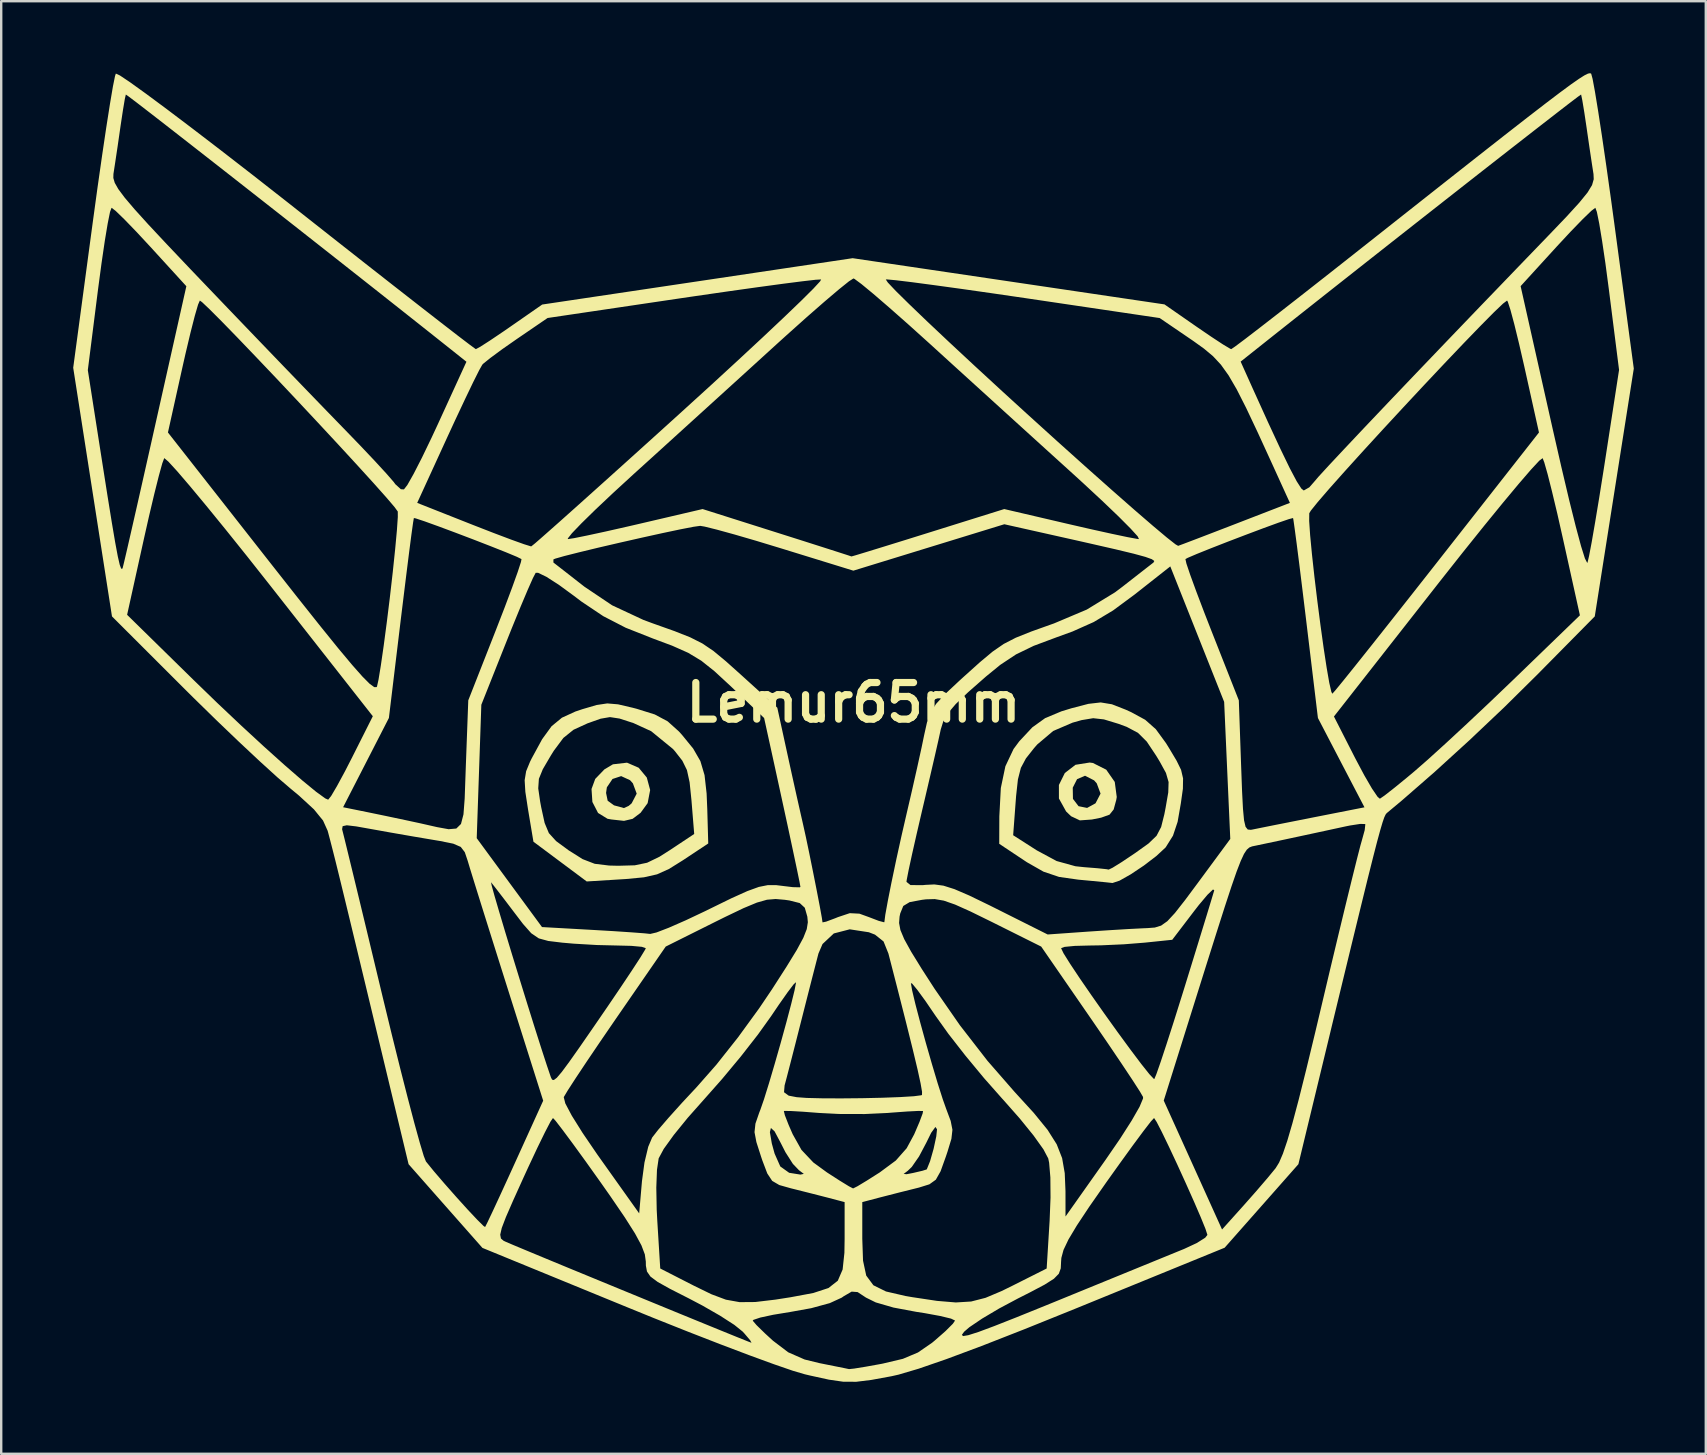
<source format=kicad_pcb>
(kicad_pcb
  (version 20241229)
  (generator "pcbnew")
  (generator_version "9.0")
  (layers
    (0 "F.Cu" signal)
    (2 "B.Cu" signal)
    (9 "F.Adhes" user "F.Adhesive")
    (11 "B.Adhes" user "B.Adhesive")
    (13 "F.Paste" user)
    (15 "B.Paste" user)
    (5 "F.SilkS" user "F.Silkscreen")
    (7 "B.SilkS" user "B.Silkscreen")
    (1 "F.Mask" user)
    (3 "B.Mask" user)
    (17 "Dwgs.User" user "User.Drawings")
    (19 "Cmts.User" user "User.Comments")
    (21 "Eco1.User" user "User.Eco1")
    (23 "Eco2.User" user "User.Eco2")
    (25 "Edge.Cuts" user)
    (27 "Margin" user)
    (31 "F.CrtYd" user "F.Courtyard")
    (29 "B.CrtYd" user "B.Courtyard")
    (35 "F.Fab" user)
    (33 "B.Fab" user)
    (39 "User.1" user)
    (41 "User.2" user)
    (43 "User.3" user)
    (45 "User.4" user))
  (footprint "Lemur65mm"
    (layer "F.Cu")
    (at 32.508 26.221)
    (property "Reference" "Lemur65mm" (at 0 0 0) (layer "F.SilkS") (effects (font (size 1.524 1.524) (thickness 0.3))))
    (attr through_hole)
    (fp_poly (pts (xy 9.977 2.518) (xy 10.532 2.797) (xy 10.887 3.307) (xy 10.97 3.935) (xy 10.949 4.059) (xy 10.841 4.455) (xy 10.669 4.671) (xy 10.32 4.796) (xy 9.935 4.873) (xy 9.433 4.909) (xy 9.067 4.736) (xy 8.86 4.537) (xy 8.561 3.998) (xy 8.56 3.546) (xy 9.137 3.546) (xy 9.145 4.013) (xy 9.378 4.318) (xy 9.735 4.39) (xy 10.086 4.197) (xy 10.295 3.793) (xy 10.136 3.366) (xy 10.026 3.242) (xy 9.649 3.049) (xy 9.317 3.192) (xy 9.137 3.546) (xy 8.56 3.546) (xy 8.56 3.434) (xy 8.807 2.935) (xy 9.251 2.593) (xy 9.842 2.499)) (stroke (width 0) (type solid)) (fill yes) (layer "F.SilkS"))
    (fp_poly (pts (xy -8.948 2.716) (xy -8.61 3.124) (xy -8.47 3.644) (xy -8.575 4.191) (xy -8.869 4.594) (xy -9.201 4.845) (xy -9.559 4.929) (xy -10.087 4.871) (xy -10.247 4.842) (xy -10.641 4.6) (xy -10.877 4.142) (xy -10.902 3.766) (xy -10.307 3.766) (xy -10.24 4.091) (xy -9.975 4.283) (xy -9.562 4.396) (xy -9.362 4.303) (xy -9.24 4.197) (xy -9.031 3.795) (xy -9.189 3.368) (xy -9.308 3.235) (xy -9.678 3.065) (xy -10.039 3.184) (xy -10.274 3.532) (xy -10.307 3.766) (xy -10.902 3.766) (xy -10.913 3.602) (xy -10.759 3.182) (xy -10.378 2.786) (xy -10.021 2.573) (xy -9.434 2.505)) (stroke (width 0) (type solid)) (fill yes) (layer "F.SilkS"))
    (fp_poly (pts (xy -9.808 0.074) (xy -9.195 0.217) (xy -9.028 0.261) (xy -8.277 0.496) (xy -7.742 0.782) (xy -7.272 1.204) (xy -7.142 1.348) (xy -6.678 1.917) (xy -6.378 2.438) (xy -6.204 3.024) (xy -6.118 3.787) (xy -6.09 4.454) (xy -6.05 5.871) (xy -7.104 6.57) (xy -7.689 6.935) (xy -8.182 7.157) (xy -8.729 7.281) (xy -9.472 7.352) (xy -9.635 7.362) (xy -11.113 7.454) (xy -12.223 6.626) (xy -13.333 5.798) (xy -13.56 4.44) (xy -13.67 3.72) (xy -13.679 3.576) (xy -13.133 3.576) (xy -13.053 4.128) (xy -13.008 4.37) (xy -12.866 5.018) (xy -12.69 5.44) (xy -12.391 5.77) (xy -11.883 6.145) (xy -11.871 6.154) (xy -11.283 6.524) (xy -10.78 6.718) (xy -10.179 6.791) (xy -9.798 6.8) (xy -9.11 6.781) (xy -8.597 6.674) (xy -8.087 6.427) (xy -7.64 6.143) (xy -6.635 5.475) (xy -6.749 4.072) (xy -6.826 3.323) (xy -6.937 2.815) (xy -7.129 2.423) (xy -7.445 2.019) (xy -7.522 1.933) (xy -8.428 1.193) (xy -9.166 0.855) (xy -9.744 0.667) (xy -10.145 0.606) (xy -10.535 0.673) (xy -11.079 0.866) (xy -11.662 1.133) (xy -12.086 1.474) (xy -12.482 2.005) (xy -12.616 2.22) (xy -12.943 2.778) (xy -13.106 3.178) (xy -13.133 3.576) (xy -13.679 3.576) (xy -13.699 3.235) (xy -13.637 2.86) (xy -13.476 2.469) (xy -13.404 2.323) (xy -12.969 1.524) (xy -12.578 0.987) (xy -12.146 0.631) (xy -11.588 0.375) (xy -11.29 0.275) (xy -10.699 0.102) (xy -10.257 0.036)) (stroke (width 0) (type solid)) (fill yes) (layer "F.SilkS"))
    (fp_poly (pts (xy 10.769 0.072) (xy 11.341 0.296) (xy 11.573 0.401) (xy 12.155 0.718) (xy 12.598 1.11) (xy 13.024 1.694) (xy 13.171 1.933) (xy 13.466 2.428) (xy 13.65 2.804) (xy 13.733 3.158) (xy 13.726 3.591) (xy 13.64 4.2) (xy 13.506 4.97) (xy 13.313 5.546) (xy 13.007 6.035) (xy 13.004 6.038) (xy 12.615 6.398) (xy 12.099 6.792) (xy 11.556 7.155) (xy 11.088 7.42) (xy 10.793 7.518) (xy 10.782 7.517) (xy 10.506 7.487) (xy 9.982 7.436) (xy 9.37 7.379) (xy 8.567 7.265) (xy 7.918 7.046) (xy 7.228 6.653) (xy 7.115 6.578) (xy 6.074 5.886) (xy 6.075 5.528) (xy 6.654 5.528) (xy 7.64 6.159) (xy 8.465 6.603) (xy 9.249 6.82) (xy 9.605 6.858) (xy 10.16 6.902) (xy 10.537 6.942) (xy 10.634 6.96) (xy 10.798 6.881) (xy 11.183 6.642) (xy 11.705 6.292) (xy 11.735 6.272) (xy 12.294 5.872) (xy 12.628 5.551) (xy 12.82 5.184) (xy 12.954 4.65) (xy 13.005 4.386) (xy 13.116 3.745) (xy 13.13 3.312) (xy 13.02 2.932) (xy 12.757 2.453) (xy 12.614 2.217) (xy 12.221 1.627) (xy 11.854 1.262) (xy 11.383 1.012) (xy 11.038 0.885) (xy 10.436 0.702) (xy 9.988 0.652) (xy 9.508 0.731) (xy 9.131 0.837) (xy 8.322 1.184) (xy 7.659 1.745) (xy 7.529 1.893) (xy 7.185 2.329) (xy 6.975 2.722) (xy 6.853 3.199) (xy 6.777 3.888) (xy 6.761 4.099) (xy 6.654 5.528) (xy 6.075 5.528) (xy 6.078 4.738) (xy 6.14 3.561) (xy 6.33 2.655) (xy 6.67 1.936) (xy 6.908 1.615) (xy 7.451 1.034) (xy 7.985 0.65) (xy 8.661 0.367) (xy 9.079 0.239) (xy 9.789 0.054) (xy 10.302 -0.005)) (stroke (width 0) (type solid)) (fill yes) (layer "F.SilkS"))
    (fp_poly (pts (xy 30.737 -26.2) (xy 30.795 -25.986) (xy 30.894 -25.451) (xy 31.027 -24.639) (xy 31.187 -23.593) (xy 31.367 -22.358) (xy 31.561 -20.977) (xy 31.697 -19.98) (xy 32.512 -13.915) (xy 31.699 -8.752) (xy 30.886 -3.589) (xy 28.465 -1.138) (xy 27.116 0.195) (xy 25.667 1.567) (xy 24.215 2.89) (xy 22.858 4.073) (xy 22.216 4.609) (xy 22.171 4.666) (xy 22.115 4.785) (xy 22.043 4.996) (xy 21.945 5.328) (xy 21.814 5.809) (xy 21.644 6.469) (xy 21.426 7.338) (xy 21.154 8.444) (xy 20.819 9.815) (xy 20.414 11.483) (xy 19.931 13.474) (xy 19.852 13.804) (xy 18.538 19.234) (xy 15.465 22.714) (xy 9.251 25.251) (xy 7.129 26.107) (xy 5.336 26.809) (xy 3.867 27.357) (xy 2.717 27.754) (xy 1.881 28.001) (xy 1.59 28.067) (xy 0.744 28.222) (xy 0.118 28.299) (xy -0.425 28.297) (xy -1.021 28.211) (xy -1.806 28.039) (xy -2.025 27.987) (xy -2.524 27.84) (xy -3.311 27.569) (xy -4.337 27.194) (xy -5.551 26.734) (xy -6.901 26.209) (xy -8.337 25.637) (xy -9.432 25.191) (xy -15.458 22.721) (xy -15.944 22.171) (xy -14.717 22.171) (xy -14.687 22.33) (xy -14.577 22.424) (xy -14.481 22.469) (xy -14.184 22.596) (xy -13.617 22.833) (xy -12.832 23.159) (xy -11.88 23.553) (xy -10.811 23.993) (xy -9.679 24.459) (xy -8.533 24.93) (xy -7.425 25.385) (xy -6.406 25.802) (xy -5.527 26.161) (xy -4.841 26.44) (xy -4.397 26.618) (xy -4.247 26.675) (xy -4.305 26.567) (xy -4.546 26.284) (xy -4.615 26.209) (xy -4.965 25.927) (xy -5.234 25.754) (xy -4.196 25.754) (xy -4.039 25.938) (xy -3.689 26.28) (xy -3.353 26.588) (xy -2.717 27.071) (xy -2.034 27.371) (xy -1.421 27.521) (xy -0.813 27.643) (xy -0.364 27.733) (xy -0.184 27.771) (xy 0.029 27.749) (xy 0.505 27.672) (xy 1.146 27.556) (xy 1.223 27.541) (xy 2.059 27.343) (xy 2.687 27.079) (xy 3.271 26.677) (xy 3.386 26.582) (xy 3.659 26.343) (xy 4.518 26.343) (xy 4.566 26.395) (xy 4.786 26.358) (xy 5.21 26.223) (xy 5.869 25.977) (xy 6.795 25.612) (xy 8.019 25.117) (xy 8.478 24.93) (xy 9.719 24.422) (xy 10.901 23.939) (xy 11.965 23.504) (xy 12.851 23.142) (xy 13.499 22.877) (xy 13.777 22.764) (xy 14.305 22.518) (xy 14.656 22.297) (xy 14.747 22.179) (xy 14.668 21.933) (xy 14.47 21.445) (xy 14.186 20.787) (xy 13.849 20.031) (xy 13.492 19.248) (xy 13.148 18.513) (xy 12.85 17.896) (xy 12.631 17.471) (xy 12.525 17.31) (xy 12.524 17.31) (xy 12.39 17.456) (xy 12.082 17.855) (xy 11.634 18.459) (xy 11.083 19.221) (xy 10.537 19.986) (xy 9.823 21.009) (xy 9.306 21.789) (xy 8.958 22.371) (xy 8.752 22.805) (xy 8.662 23.138) (xy 8.651 23.289) (xy 8.637 23.575) (xy 8.556 23.798) (xy 8.351 24.007) (xy 7.965 24.252) (xy 7.338 24.583) (xy 6.856 24.827) (xy 6.068 25.247) (xy 5.362 25.666) (xy 4.831 26.025) (xy 4.613 26.212) (xy 4.518 26.343) (xy 3.659 26.343) (xy 3.836 26.187) (xy 4.143 25.88) (xy 4.233 25.748) (xy 4.065 25.667) (xy 3.613 25.558) (xy 2.961 25.438) (xy 2.623 25.386) (xy 1.668 25.207) (xy 0.928 24.992) (xy 0.521 24.791) (xy 0.174 24.562) (xy -0.075 24.543) (xy -0.407 24.736) (xy -0.491 24.795) (xy -0.987 25.022) (xy -1.76 25.233) (xy -2.631 25.39) (xy -3.341 25.507) (xy -3.88 25.623) (xy -4.169 25.72) (xy -4.196 25.754) (xy -5.234 25.754) (xy -5.556 25.546) (xy -6.295 25.122) (xy -6.856 24.827) (xy -7.644 24.426) (xy -8.159 24.138) (xy -8.459 23.914) (xy -8.603 23.705) (xy -8.648 23.461) (xy -8.651 23.289) (xy -8.692 22.99) (xy -8.834 22.615) (xy -9.103 22.117) (xy -9.528 21.447) (xy -10.135 20.558) (xy -10.537 19.986) (xy -11.15 19.126) (xy -11.691 18.381) (xy -12.124 17.798) (xy -12.412 17.425) (xy -12.519 17.31) (xy -12.625 17.465) (xy -12.851 17.899) (xy -13.17 18.552) (xy -13.552 19.367) (xy -13.749 19.796) (xy -14.184 20.758) (xy -14.48 21.438) (xy -14.653 21.891) (xy -14.717 22.171) (xy -15.944 22.171) (xy -16.997 20.978) (xy -18.535 19.234) (xy -19.862 13.712) (xy -20.31 11.846) (xy -20.682 10.302) (xy -20.986 9.042) (xy -21.231 8.03) (xy -21.426 7.231) (xy -21.58 6.606) (xy -21.703 6.12) (xy -21.802 5.736) (xy -21.886 5.418) (xy -21.908 5.338) (xy -21.936 5.277) (xy -21.305 5.277) (xy -21.27 5.416) (xy -21.204 5.678) (xy -21.063 6.256) (xy -20.856 7.106) (xy -20.595 8.185) (xy -20.29 9.45) (xy -19.952 10.859) (xy -19.604 12.31) (xy -19.239 13.813) (xy -18.892 15.21) (xy -18.574 16.458) (xy -18.296 17.516) (xy -18.068 18.34) (xy -17.903 18.89) (xy -17.812 19.12) (xy -17.477 19.532) (xy -17.034 20.048) (xy -16.546 20.601) (xy -16.073 21.124) (xy -15.675 21.547) (xy -15.415 21.805) (xy -15.347 21.851) (xy -15.256 21.672) (xy -15.04 21.217) (xy -14.728 20.544) (xy -14.346 19.711) (xy -14.109 19.191) (xy -12.927 16.588) (xy -12.973 16.443) (xy -12.07 16.443) (xy -12.005 16.701) (xy -11.736 17.21) (xy -11.285 17.931) (xy -10.673 18.828) (xy -10.551 19) (xy -8.927 21.283) (xy -8.835 20.212) (xy -8.214 20.212) (xy -8.197 21.132) (xy -8.173 21.591) (xy -8.05 23.579) (xy -6.648 24.296) (xy -5.914 24.654) (xy -5.315 24.878) (xy -4.744 24.981) (xy -4.093 24.976) (xy -3.253 24.876) (xy -2.619 24.777) (xy -1.676 24.601) (xy -1.041 24.393) (xy -0.652 24.088) (xy -0.451 23.621) (xy -0.377 22.927) (xy -0.368 22.342) (xy -0.368 20.813) (xy 0.368 20.813) (xy 0.368 22.342) (xy 0.399 23.252) (xy 0.532 23.874) (xy 0.831 24.278) (xy 1.356 24.537) (xy 2.169 24.725) (xy 2.448 24.773) (xy 3.483 24.929) (xy 4.266 24.994) (xy 4.903 24.955) (xy 5.503 24.801) (xy 6.172 24.519) (xy 6.606 24.306) (xy 8.05 23.58) (xy 8.173 21.591) (xy 8.211 20.622) (xy 8.204 19.785) (xy 8.153 19.175) (xy 8.116 18.995) (xy 7.916 18.616) (xy 7.504 18.039) (xy 6.926 17.326) (xy 6.231 16.539) (xy 6.204 16.511) (xy 5.443 15.65) (xy 4.663 14.708) (xy 3.956 13.802) (xy 3.433 13.07) (xy 3.004 12.441) (xy 2.661 11.97) (xy 2.446 11.711) (xy 2.393 11.689) (xy 2.444 11.989) (xy 2.579 12.557) (xy 2.777 13.311) (xy 3.013 14.168) (xy 3.265 15.045) (xy 3.508 15.859) (xy 3.721 16.527) (xy 3.862 16.924) (xy 4.051 17.431) (xy 4.124 17.8) (xy 4.081 18.177) (xy 3.919 18.711) (xy 3.847 18.926) (xy 3.63 19.529) (xy 3.433 19.879) (xy 3.164 20.072) (xy 2.732 20.207) (xy 2.612 20.237) (xy 1.915 20.411) (xy 1.23 20.587) (xy 1.058 20.631) (xy 0.368 20.813) (xy -0.368 20.813) (xy -1.058 20.631) (xy -1.685 20.47) (xy -2.407 20.288) (xy -2.612 20.237) (xy -3.09 20.102) (xy -3.386 19.929) (xy -3.59 19.62) (xy -3.796 19.077) (xy -3.847 18.926) (xy -4.044 18.312) (xy -4.122 17.9) (xy -4.122 17.899) (xy -3.482 17.899) (xy -3.402 18.367) (xy -3.286 18.79) (xy -3.048 19.328) (xy -2.679 19.592) (xy -2.209 19.667) (xy -2.068 19.637) (xy -2.259 19.493) (xy -2.265 19.49) (xy -2.523 19.221) (xy -2.834 18.734) (xy -3.032 18.345) (xy -3.285 17.867) (xy -3.439 17.725) (xy -3.482 17.899) (xy -4.122 17.899) (xy -4.084 17.544) (xy -3.93 17.097) (xy -3.9 17.019) (xy -2.9 17.019) (xy -2.858 17.193) (xy -2.699 17.601) (xy -2.532 17.984) (xy -2.165 18.639) (xy -1.671 19.162) (xy -1.104 19.576) (xy -0.578 19.915) (xy -0.185 20.156) (xy -0.015 20.244) (xy 0.167 20.153) (xy 0.568 19.911) (xy 0.996 19.639) (xy 2.091 19.639) (xy 2.214 19.651) (xy 2.484 19.599) (xy 2.876 19.507) (xy 3.055 19.45) (xy 3.055 19.449) (xy 3.192 19.109) (xy 3.34 18.59) (xy 3.451 18.075) (xy 3.482 17.78) (xy 3.415 17.682) (xy 3.239 17.925) (xy 3.032 18.345) (xy 2.733 18.911) (xy 2.429 19.349) (xy 2.265 19.507) (xy 2.091 19.639) (xy 0.996 19.639) (xy 1.09 19.58) (xy 1.766 19.08) (xy 2.217 18.569) (xy 2.532 17.986) (xy 2.752 17.471) (xy 2.883 17.118) (xy 2.9 17.019) (xy 2.708 17.014) (xy 2.241 17.038) (xy 1.592 17.085) (xy 1.426 17.099) (xy 0.465 17.144) (xy -0.607 17.141) (xy -1.426 17.099) (xy -2.105 17.047) (xy -2.622 17.017) (xy -2.885 17.015) (xy -2.9 17.019) (xy -3.9 17.019) (xy -3.879 16.967) (xy -3.727 16.529) (xy -3.636 16.235) (xy -2.893 16.235) (xy -2.698 16.378) (xy -2.365 16.442) (xy -1.948 16.473) (xy -1.301 16.489) (xy -0.506 16.492) (xy 0.356 16.484) (xy 1.203 16.465) (xy 1.951 16.437) (xy 2.52 16.402) (xy 2.826 16.362) (xy 2.855 16.349) (xy 2.858 16.217) (xy 2.798 15.871) (xy 2.671 15.287) (xy 2.468 14.439) (xy 2.186 13.305) (xy 1.818 11.859) (xy 1.457 10.458) (xy 1.254 9.954) (xy 0.898 9.67) (xy 0.641 9.57) (xy -0.155 9.448) (xy -0.818 9.62) (xy -1.289 10.061) (xy -1.459 10.458) (xy -1.574 10.904) (xy -1.755 11.607) (xy -1.975 12.47) (xy -2.197 13.344) (xy -2.423 14.233) (xy -2.625 15.02) (xy -2.781 15.622) (xy -2.869 15.953) (xy -2.869 15.954) (xy -2.893 16.235) (xy -3.636 16.235) (xy -3.52 15.864) (xy -3.281 15.054) (xy -3.031 14.179) (xy -2.795 13.322) (xy -2.595 12.563) (xy -2.453 11.985) (xy -2.393 11.668) (xy -2.393 11.653) (xy -2.486 11.733) (xy -2.739 12.065) (xy -3.109 12.591) (xy -3.433 13.07) (xy -3.979 13.832) (xy -4.689 14.742) (xy -5.471 15.682) (xy -6.204 16.511) (xy -6.903 17.299) (xy -7.485 18.015) (xy -7.905 18.598) (xy -8.113 18.986) (xy -8.116 18.995) (xy -8.186 19.468) (xy -8.214 20.212) (xy -8.835 20.212) (xy -8.811 19.938) (xy -8.707 19.163) (xy -8.55 18.507) (xy -8.388 18.125) (xy -8.143 17.809) (xy -7.704 17.3) (xy -7.136 16.669) (xy -6.53 16.019) (xy -5.712 15.089) (xy -4.813 13.954) (xy -3.926 12.735) (xy -3.394 11.947) (xy -2.788 11.004) (xy -2.362 10.309) (xy -2.09 9.805) (xy -1.945 9.439) (xy -1.905 9.184) (xy 1.901 9.184) (xy 1.956 9.477) (xy 2.115 9.857) (xy 2.404 10.381) (xy 2.85 11.104) (xy 3.382 11.928) (xy 4.435 13.445) (xy 5.585 14.927) (xy 6.708 16.215) (xy 7.513 17.096) (xy 8.087 17.801) (xy 8.468 18.404) (xy 8.694 18.981) (xy 8.803 19.607) (xy 8.834 20.356) (xy 8.834 20.416) (xy 8.835 21.413) (xy 10.501 19.056) (xy 11.11 18.17) (xy 11.592 17.416) (xy 11.92 16.843) (xy 12.029 16.583) (xy 12.928 16.583) (xy 14.143 19.268) (xy 15.357 21.954) (xy 16.248 20.962) (xy 16.771 20.37) (xy 17.261 19.799) (xy 17.59 19.399) (xy 17.734 19.165) (xy 17.892 18.797) (xy 18.075 18.26) (xy 18.291 17.52) (xy 18.551 16.543) (xy 18.863 15.296) (xy 19.238 13.745) (xy 19.512 12.589) (xy 19.864 11.101) (xy 20.198 9.705) (xy 20.502 8.446) (xy 20.765 7.372) (xy 20.975 6.528) (xy 21.121 5.96) (xy 21.184 5.738) (xy 21.301 5.314) (xy 21.326 5.074) (xy 21.32 5.062) (xy 21.117 5.056) (xy 20.69 5.122) (xy 20.521 5.156) (xy 19.695 5.335) (xy 18.799 5.528) (xy 17.94 5.712) (xy 17.222 5.864) (xy 16.753 5.963) (xy 16.737 5.966) (xy 16.608 5.993) (xy 16.496 6.037) (xy 16.388 6.13) (xy 16.272 6.306) (xy 16.136 6.599) (xy 15.965 7.04) (xy 15.749 7.663) (xy 15.473 8.502) (xy 15.126 9.589) (xy 14.694 10.957) (xy 14.166 12.639) (xy 14.101 12.847) (xy 12.928 16.583) (xy 12.029 16.583) (xy 12.065 16.496) (xy 12.066 16.433) (xy 11.934 16.205) (xy 11.625 15.726) (xy 11.173 15.046) (xy 10.613 14.217) (xy 9.978 13.29) (xy 9.893 13.167) (xy 7.868 10.233) (xy 8.651 10.233) (xy 8.75 10.442) (xy 9.022 10.877) (xy 9.424 11.482) (xy 9.918 12.199) (xy 10.462 12.972) (xy 11.015 13.743) (xy 11.538 14.456) (xy 11.989 15.055) (xy 12.328 15.481) (xy 12.515 15.679) (xy 12.536 15.684) (xy 12.623 15.476) (xy 12.8 14.97) (xy 13.048 14.22) (xy 13.35 13.28) (xy 13.688 12.203) (xy 13.791 11.872) (xy 14.138 10.748) (xy 14.452 9.727) (xy 14.716 8.867) (xy 14.911 8.226) (xy 15.02 7.864) (xy 15.032 7.822) (xy 14.981 7.787) (xy 14.754 8.004) (xy 14.395 8.43) (xy 14.209 8.669) (xy 13.282 9.884) (xy 12.136 10.003) (xy 11.268 10.072) (xy 10.313 10.115) (xy 9.82 10.123) (xy 9.219 10.139) (xy 8.796 10.18) (xy 8.651 10.233) (xy 7.868 10.233) (xy 7.822 10.167) (xy 5.756 9.136) (xy 4.871 8.702) (xy 4.233 8.416) (xy 3.765 8.253) (xy 3.388 8.188) (xy 3.026 8.198) (xy 2.861 8.218) (xy 2.341 8.315) (xy 2.076 8.475) (xy 1.95 8.784) (xy 1.921 8.922) (xy 1.901 9.184) (xy -1.905 9.184) (xy -1.9 9.153) (xy -1.921 8.922) (xy -2.027 8.55) (xy -2.238 8.354) (xy -2.667 8.246) (xy -2.861 8.218) (xy -3.24 8.185) (xy -3.602 8.215) (xy -4.022 8.334) (xy -4.58 8.566) (xy -5.353 8.936) (xy -5.756 9.136) (xy -7.822 10.167) (xy -9.893 13.167) (xy -10.536 14.105) (xy -11.108 14.95) (xy -11.576 15.654) (xy -11.906 16.164) (xy -12.064 16.429) (xy -12.07 16.443) (xy -12.973 16.443) (xy -14.403 11.929) (xy -14.808 10.647) (xy -15.185 9.449) (xy -15.518 8.388) (xy -15.789 7.519) (xy -15.799 7.487) (xy -15.099 7.487) (xy -15.074 7.621) (xy -14.956 8.048) (xy -14.762 8.711) (xy -14.511 9.553) (xy -14.219 10.514) (xy -13.904 11.539) (xy -13.585 12.569) (xy -13.279 13.547) (xy -13.003 14.414) (xy -12.775 15.114) (xy -12.614 15.589) (xy -12.602 15.621) (xy -12.556 15.712) (xy -12.484 15.728) (xy -12.359 15.633) (xy -12.155 15.394) (xy -11.845 14.976) (xy -11.401 14.347) (xy -10.796 13.472) (xy -10.247 12.672) (xy -9.696 11.86) (xy -9.227 11.157) (xy -8.876 10.618) (xy -8.68 10.296) (xy -8.651 10.233) (xy -8.818 10.177) (xy -9.256 10.137) (xy -9.82 10.123) (xy -10.695 10.102) (xy -11.646 10.046) (xy -12.131 10.004) (xy -12.716 9.933) (xy -13.11 9.825) (xy -13.425 9.611) (xy -13.767 9.224) (xy -14.12 8.761) (xy -14.544 8.203) (xy -14.888 7.755) (xy -15.086 7.503) (xy -15.099 7.487) (xy -15.799 7.487) (xy -15.981 6.898) (xy -16.071 6.597) (xy -16.193 6.235) (xy -16.361 6.015) (xy -16.672 5.88) (xy -17.22 5.769) (xy -17.473 5.727) (xy -17.921 5.651) (xy -15.696 5.651) (xy -14.336 7.503) (xy -12.976 9.354) (xy -10.859 9.473) (xy -9.992 9.524) (xy -9.245 9.574) (xy -8.705 9.615) (xy -8.467 9.64) (xy -8.206 9.579) (xy -7.689 9.38) (xy -6.985 9.071) (xy -6.164 8.683) (xy -5.998 8.601) (xy -5.084 8.154) (xy -4.423 7.856) (xy -3.941 7.681) (xy -3.565 7.606) (xy -3.221 7.607) (xy -3.007 7.633) (xy -2.526 7.691) (xy -2.242 7.698) (xy -2.209 7.683) (xy -2.247 7.472) (xy -2.356 6.943) (xy -2.526 6.14) (xy -2.748 5.103) (xy -3.015 3.875) (xy -3.315 2.499) (xy -3.318 2.485) (xy -3.722 0.644) (xy -5.113 -0.68) (xy -5.788 -1.303) (xy -6.338 -1.742) (xy -6.886 -2.072) (xy -7.553 -2.369) (xy -8.357 -2.669) (xy -9.489 -3.117) (xy -10.423 -3.599) (xy -11.328 -4.205) (xy -11.653 -4.451) (xy -12.275 -4.906) (xy -12.793 -5.239) (xy -13.139 -5.406) (xy -13.239 -5.406) (xy -13.354 -5.187) (xy -13.575 -4.688) (xy -13.877 -3.972) (xy -14.233 -3.102) (xy -14.443 -2.577) (xy -15.504 0.092) (xy -15.6 2.872) (xy -15.696 5.651) (xy -17.921 5.651) (xy -18.318 5.584) (xy -19.289 5.415) (xy -20.029 5.282) (xy -20.715 5.16) (xy -21.109 5.113) (xy -21.282 5.15) (xy -21.305 5.277) (xy -21.936 5.277) (xy -22.099 4.916) (xy -22.477 4.451) (xy -22.575 4.361) (xy -21.263 4.361) (xy -20.248 4.567) (xy -19.488 4.724) (xy -18.604 4.911) (xy -18.038 5.033) (xy -17.352 5.189) (xy -16.867 5.277) (xy -16.546 5.249) (xy -16.352 5.059) (xy -16.248 4.659) (xy -16.198 4.004) (xy -16.164 3.046) (xy -16.149 2.623) (xy -16.048 -0.092) (xy -14.905 -3.001) (xy -14.533 -3.961) (xy -14.22 -4.795) (xy -13.986 -5.447) (xy -13.852 -5.859) (xy -13.833 -5.964) (xy -12.501 -5.964) (xy -12.501 -5.834) (xy -12.33 -5.702) (xy -11.942 -5.4) (xy -11.41 -4.984) (xy -11.206 -4.825) (xy -10.053 -4.051) (xy -8.753 -3.444) (xy -8.353 -3.296) (xy -7.454 -2.976) (xy -6.802 -2.718) (xy -6.295 -2.462) (xy -5.831 -2.148) (xy -5.311 -1.717) (xy -4.633 -1.109) (xy -4.578 -1.059) (xy -3.173 0.214) (xy -2.765 2.086) (xy -2.56 3.022) (xy -2.351 3.963) (xy -2.17 4.764) (xy -2.102 5.062) (xy -1.987 5.581) (xy -1.842 6.273) (xy -1.685 7.048) (xy -1.533 7.815) (xy -1.404 8.484) (xy -1.317 8.964) (xy -1.289 9.159) (xy -1.139 9.128) (xy -0.767 8.989) (xy -0.644 8.939) (xy -0.153 8.775) (xy 0.25 8.796) (xy 0.644 8.939) (xy 1.055 9.096) (xy 1.276 9.154) (xy 1.288 9.147) (xy 1.327 8.841) (xy 1.434 8.253) (xy 1.589 7.471) (xy 2.209 7.471) (xy 2.376 7.604) (xy 2.882 7.608) (xy 3 7.596) (xy 3.372 7.578) (xy 3.75 7.629) (xy 4.208 7.774) (xy 4.822 8.038) (xy 5.664 8.446) (xy 5.942 8.585) (xy 8.092 9.663) (xy 9.798 9.542) (xy 10.654 9.485) (xy 11.46 9.436) (xy 12.084 9.404) (xy 12.24 9.398) (xy 12.556 9.374) (xy 12.817 9.294) (xy 13.078 9.109) (xy 13.395 8.767) (xy 13.823 8.221) (xy 14.338 7.528) (xy 15.7 5.682) (xy 15.572 2.827) (xy 15.445 -0.028) (xy 14.323 -2.85) (xy 13.201 -5.672) (xy 11.709 -4.497) (xy 10.816 -3.837) (xy 10.011 -3.355) (xy 9.126 -2.96) (xy 8.467 -2.721) (xy 7.51 -2.363) (xy 6.773 -2.006) (xy 6.117 -1.571) (xy 5.522 -1.085) (xy 4.774 -0.427) (xy 4.262 0.062) (xy 3.935 0.444) (xy 3.744 0.778) (xy 3.635 1.128) (xy 3.621 1.196) (xy 3.54 1.567) (xy 3.392 2.217) (xy 3.195 3.068) (xy 2.968 4.041) (xy 2.859 4.502) (xy 2.634 5.471) (xy 2.442 6.319) (xy 2.299 6.979) (xy 2.22 7.384) (xy 2.209 7.471) (xy 1.589 7.471) (xy 1.592 7.46) (xy 1.785 6.538) (xy 1.999 5.566) (xy 2.2 4.693) (xy 2.429 3.707) (xy 2.651 2.726) (xy 2.838 1.875) (xy 2.947 1.35) (xy 3.065 0.821) (xy 3.211 0.418) (xy 3.444 0.054) (xy 3.823 -0.357) (xy 4.406 -0.903) (xy 4.577 -1.059) (xy 5.27 -1.682) (xy 5.798 -2.123) (xy 6.262 -2.443) (xy 6.763 -2.701) (xy 7.402 -2.957) (xy 8.281 -3.271) (xy 8.353 -3.296) (xy 9.722 -3.874) (xy 10.898 -4.593) (xy 11.206 -4.825) (xy 11.771 -5.266) (xy 12.217 -5.614) (xy 12.471 -5.811) (xy 12.501 -5.834) (xy 12.534 -5.897) (xy 12.435 -5.971) (xy 12.419 -5.977) (xy 13.831 -5.977) (xy 13.872 -5.793) (xy 14.03 -5.323) (xy 14.284 -4.627) (xy 14.613 -3.76) (xy 14.909 -3.001) (xy 16.056 -0.092) (xy 16.152 2.639) (xy 16.191 3.692) (xy 16.229 4.43) (xy 16.274 4.907) (xy 16.337 5.176) (xy 16.428 5.29) (xy 16.556 5.303) (xy 16.637 5.288) (xy 16.967 5.221) (xy 17.569 5.1) (xy 18.356 4.944) (xy 19.158 4.785) (xy 21.291 4.365) (xy 20.321 2.505) (xy 19.352 0.644) (xy 19.344 0.581) (xy 20.019 0.581) (xy 20.905 2.319) (xy 21.28 3.025) (xy 21.604 3.584) (xy 21.839 3.929) (xy 21.933 4.007) (xy 22.128 3.873) (xy 22.533 3.556) (xy 23.077 3.112) (xy 23.386 2.853) (xy 23.934 2.374) (xy 24.678 1.699) (xy 25.552 0.89) (xy 26.49 0.007) (xy 27.426 -0.888) (xy 27.482 -0.942) (xy 30.267 -3.634) (xy 29.559 -6.832) (xy 29.324 -7.874) (xy 29.105 -8.79) (xy 28.92 -9.522) (xy 28.782 -10.007) (xy 28.714 -10.182) (xy 28.574 -10.077) (xy 28.234 -9.711) (xy 27.72 -9.115) (xy 27.057 -8.32) (xy 26.271 -7.357) (xy 25.387 -6.255) (xy 24.432 -5.047) (xy 24.298 -4.876) (xy 20.019 0.581) (xy 19.344 0.581) (xy 18.853 -3.497) (xy 18.708 -4.687) (xy 18.577 -5.748) (xy 18.465 -6.627) (xy 18.379 -7.272) (xy 18.337 -7.566) (xy 18.987 -7.566) (xy 19.027 -6.974) (xy 19.103 -6.178) (xy 19.205 -5.246) (xy 19.326 -4.241) (xy 19.457 -3.23) (xy 19.589 -2.279) (xy 19.715 -1.454) (xy 19.825 -0.82) (xy 19.912 -0.444) (xy 19.952 -0.368) (xy 20.077 -0.508) (xy 20.403 -0.906) (xy 20.905 -1.53) (xy 21.559 -2.35) (xy 22.338 -3.333) (xy 23.218 -4.447) (xy 24.173 -5.661) (xy 24.29 -5.81) (xy 28.561 -11.252) (xy 27.95 -14.001) (xy 27.732 -14.949) (xy 27.535 -15.756) (xy 27.373 -16.36) (xy 27.263 -16.698) (xy 27.232 -16.749) (xy 27.061 -16.619) (xy 26.68 -16.255) (xy 26.126 -15.695) (xy 25.434 -14.98) (xy 24.642 -14.148) (xy 23.786 -13.239) (xy 22.902 -12.291) (xy 22.026 -11.344) (xy 21.196 -10.438) (xy 20.448 -9.611) (xy 19.817 -8.902) (xy 19.342 -8.351) (xy 19.057 -7.997) (xy 18.991 -7.888) (xy 18.987 -7.566) (xy 18.337 -7.566) (xy 18.327 -7.631) (xy 18.315 -7.688) (xy 18.143 -7.643) (xy 17.706 -7.493) (xy 17.084 -7.266) (xy 16.355 -6.992) (xy 15.596 -6.702) (xy 14.887 -6.425) (xy 14.305 -6.191) (xy 13.929 -6.03) (xy 13.831 -5.977) (xy 12.419 -5.977) (xy 12.163 -6.069) (xy 11.676 -6.202) (xy 10.93 -6.382) (xy 9.884 -6.621) (xy 9.35 -6.742) (xy 6.286 -7.429) (xy 3.141 -6.462) (xy -0.004 -5.495) (xy -3.028 -6.428) (xy -4.045 -6.737) (xy -4.955 -7.002) (xy -5.696 -7.206) (xy -6.2 -7.331) (xy -6.385 -7.362) (xy -6.664 -7.323) (xy -7.211 -7.217) (xy -7.955 -7.06) (xy -8.821 -6.869) (xy -9.737 -6.661) (xy -10.628 -6.454) (xy -11.422 -6.262) (xy -12.044 -6.105) (xy -12.422 -5.997) (xy -12.501 -5.964) (xy -13.833 -5.964) (xy -13.831 -5.977) (xy -14.025 -6.073) (xy -14.477 -6.261) (xy -15.109 -6.512) (xy -15.843 -6.797) (xy -16.601 -7.085) (xy -17.304 -7.347) (xy -17.873 -7.552) (xy -18.232 -7.671) (xy -18.315 -7.688) (xy -18.347 -7.499) (xy -18.417 -6.997) (xy -18.516 -6.234) (xy -18.638 -5.262) (xy -18.777 -4.133) (xy -18.855 -3.498) (xy -19.355 0.642) (xy -20.309 2.502) (xy -21.263 4.361) (xy -22.575 4.361) (xy -23.096 3.881) (xy -23.448 3.589) (xy -23.987 3.127) (xy -24.723 2.458) (xy -25.597 1.64) (xy -26.548 0.729) (xy -27.516 -0.218) (xy -27.852 -0.552) (xy -30.892 -3.589) (xy -30.903 -3.656) (xy -30.262 -3.656) (xy -27.507 -0.954) (xy -26.505 0.017) (xy -25.51 0.957) (xy -24.562 1.832) (xy -23.699 2.607) (xy -22.96 3.248) (xy -22.382 3.722) (xy -22.004 3.995) (xy -21.885 4.047) (xy -21.762 3.894) (xy -21.517 3.478) (xy -21.187 2.868) (xy -20.9 2.309) (xy -20.025 0.57) (xy -24.303 -4.879) (xy -25.267 -6.099) (xy -26.162 -7.215) (xy -26.963 -8.198) (xy -27.644 -9.017) (xy -28.179 -9.641) (xy -28.543 -10.039) (xy -28.711 -10.182) (xy -28.717 -10.18) (xy -28.799 -9.959) (xy -28.942 -9.44) (xy -29.132 -8.683) (xy -29.353 -7.748) (xy -29.557 -6.844) (xy -30.262 -3.656) (xy -30.903 -3.656) (xy -32.493 -13.852) (xy -31.899 -13.852) (xy -31.313 -10.101) (xy -31.083 -8.638) (xy -30.9 -7.505) (xy -30.758 -6.667) (xy -30.65 -6.089) (xy -30.569 -5.738) (xy -30.509 -5.578) (xy -30.463 -5.575) (xy -30.446 -5.614) (xy -30.392 -5.832) (xy -30.267 -6.366) (xy -30.083 -7.17) (xy -29.848 -8.201) (xy -29.574 -9.414) (xy -29.27 -10.765) (xy -29.161 -11.252) (xy -28.561 -11.252) (xy -24.273 -5.789) (xy -23.139 -4.349) (xy -22.21 -3.181) (xy -21.466 -2.261) (xy -20.888 -1.57) (xy -20.458 -1.084) (xy -20.157 -0.782) (xy -19.966 -0.643) (xy -19.866 -0.644) (xy -19.851 -0.669) (xy -19.787 -0.957) (xy -19.691 -1.544) (xy -19.572 -2.367) (xy -19.441 -3.359) (xy -19.319 -4.345) (xy -19.195 -5.427) (xy -19.094 -6.394) (xy -19.021 -7.182) (xy -18.984 -7.727) (xy -18.985 -7.959) (xy -19.12 -8.145) (xy -19.268 -8.319) (xy -18.176 -8.319) (xy -15.852 -7.4) (xy -14.994 -7.066) (xy -14.263 -6.79) (xy -13.725 -6.597) (xy -13.444 -6.51) (xy -13.422 -6.508) (xy -13.267 -6.633) (xy -13.034 -6.836) (xy -11.902 -6.836) (xy -11.896 -6.81) (xy -11.636 -6.85) (xy -11.089 -6.961) (xy -10.322 -7.127) (xy -9.407 -7.334) (xy -8.966 -7.436) (xy -6.285 -8.062) (xy -3.189 -7.081) (xy -2.189 -6.764) (xy -1.323 -6.488) (xy -0.646 -6.271) (xy -0.215 -6.132) (xy -0.083 -6.087) (xy 0.086 -6.135) (xy 0.551 -6.276) (xy 1.256 -6.493) (xy 2.147 -6.769) (xy 3.104 -7.068) (xy 6.283 -8.062) (xy 8.965 -7.436) (xy 9.924 -7.216) (xy 10.766 -7.03) (xy 11.421 -6.892) (xy 11.819 -6.819) (xy 11.896 -6.81) (xy 11.84 -6.927) (xy 11.543 -7.253) (xy 11.043 -7.755) (xy 10.372 -8.397) (xy 9.568 -9.144) (xy 9.156 -9.52) (xy 8.011 -10.558) (xy 6.708 -11.741) (xy 5.36 -12.966) (xy 4.079 -14.13) (xy 3.179 -14.95) (xy 2.298 -15.744) (xy 1.503 -16.446) (xy 0.835 -17.022) (xy 0.336 -17.434) (xy 0.074 -17.628) (xy 1.347 -17.628) (xy 1.433 -17.499) (xy 1.766 -17.147) (xy 2.321 -16.6) (xy 3.071 -15.88) (xy 3.991 -15.013) (xy 5.053 -14.025) (xy 6.232 -12.939) (xy 7.236 -12.023) (xy 8.502 -10.876) (xy 9.687 -9.813) (xy 10.764 -8.856) (xy 11.703 -8.031) (xy 12.478 -7.362) (xy 13.059 -6.874) (xy 13.419 -6.591) (xy 13.528 -6.529) (xy 13.761 -6.615) (xy 14.266 -6.807) (xy 14.973 -7.078) (xy 15.811 -7.401) (xy 15.948 -7.454) (xy 18.184 -8.319) (xy 17.434 -9.965) (xy 16.839 -11.264) (xy 16.361 -12.275) (xy 15.968 -13.049) (xy 15.628 -13.633) (xy 15.309 -14.078) (xy 15.191 -14.205) (xy 16.132 -14.205) (xy 16.615 -13.13) (xy 17.263 -11.7) (xy 17.78 -10.587) (xy 18.177 -9.767) (xy 18.468 -9.217) (xy 18.662 -8.915) (xy 18.762 -8.835) (xy 18.995 -8.969) (xy 19.178 -9.178) (xy 19.368 -9.401) (xy 19.795 -9.867) (xy 20.436 -10.552) (xy 21.27 -11.437) (xy 22.277 -12.498) (xy 23.437 -13.714) (xy 24.727 -15.062) (xy 26.128 -16.522) (xy 26.925 -17.349) (xy 27.797 -17.349) (xy 29.127 -11.425) (xy 29.494 -9.815) (xy 29.818 -8.444) (xy 30.094 -7.337) (xy 30.315 -6.516) (xy 30.476 -6.003) (xy 30.57 -5.821) (xy 30.584 -5.834) (xy 30.649 -6.109) (xy 30.759 -6.69) (xy 30.902 -7.516) (xy 31.07 -8.528) (xy 31.251 -9.667) (xy 31.305 -10.013) (xy 31.898 -13.859) (xy 31.47 -17.237) (xy 31.329 -18.303) (xy 31.192 -19.23) (xy 31.071 -19.963) (xy 30.973 -20.443) (xy 30.91 -20.614) (xy 30.742 -20.486) (xy 30.381 -20.137) (xy 29.88 -19.62) (xy 29.292 -18.988) (xy 29.287 -18.982) (xy 27.797 -17.349) (xy 26.925 -17.349) (xy 27.618 -18.07) (xy 28.942 -19.443) (xy 29.703 -20.238) (xy 30.238 -20.824) (xy 30.583 -21.248) (xy 30.773 -21.559) (xy 30.843 -21.805) (xy 30.833 -22.019) (xy 30.764 -22.464) (xy 30.664 -23.132) (xy 30.555 -23.883) (xy 30.55 -23.92) (xy 30.451 -24.582) (xy 30.369 -25.08) (xy 30.319 -25.323) (xy 30.315 -25.332) (xy 30.169 -25.229) (xy 29.766 -24.922) (xy 29.139 -24.437) (xy 28.318 -23.799) (xy 27.335 -23.033) (xy 26.223 -22.164) (xy 25.014 -21.216) (xy 23.739 -20.215) (xy 22.43 -19.186) (xy 21.119 -18.153) (xy 19.837 -17.142) (xy 18.618 -16.178) (xy 17.492 -15.286) (xy 16.671 -14.633) (xy 16.132 -14.205) (xy 15.191 -14.205) (xy 14.978 -14.433) (xy 14.604 -14.746) (xy 14.155 -15.068) (xy 14.064 -15.13) (xy 12.759 -16.02) (xy 7.162 -16.85) (xy 5.764 -17.054) (xy 4.48 -17.237) (xy 3.355 -17.392) (xy 2.436 -17.514) (xy 1.769 -17.595) (xy 1.401 -17.629) (xy 1.347 -17.628) (xy 0.074 -17.628) (xy 0.048 -17.648) (xy 0 -17.67) (xy -0.186 -17.551) (xy -0.601 -17.218) (xy -1.203 -16.707) (xy -1.95 -16.054) (xy -2.799 -15.294) (xy -3.179 -14.95) (xy -4.322 -13.909) (xy -5.625 -12.725) (xy -6.974 -11.5) (xy -8.254 -10.337) (xy -9.156 -9.52) (xy -10.011 -8.735) (xy -10.748 -8.04) (xy -11.332 -7.468) (xy -11.729 -7.055) (xy -11.902 -6.836) (xy -13.034 -6.836) (xy -12.869 -6.981) (xy -12.253 -7.526) (xy -11.449 -8.244) (xy -10.484 -9.11) (xy -9.386 -10.098) (xy -8.183 -11.184) (xy -7.22 -12.056) (xy -5.967 -13.196) (xy -4.81 -14.26) (xy -3.776 -15.221) (xy -2.891 -16.055) (xy -2.181 -16.737) (xy -1.672 -17.243) (xy -1.391 -17.547) (xy -1.346 -17.628) (xy -1.577 -17.615) (xy -2.125 -17.552) (xy -2.945 -17.447) (xy -3.99 -17.305) (xy -5.214 -17.133) (xy -6.57 -16.937) (xy -7.155 -16.851) (xy -12.744 -16.022) (xy -14.02 -15.15) (xy -14.629 -14.725) (xy -15.124 -14.36) (xy -15.423 -14.119) (xy -15.462 -14.079) (xy -15.591 -13.851) (xy -15.843 -13.349) (xy -16.187 -12.632) (xy -16.596 -11.762) (xy -16.902 -11.1) (xy -18.176 -8.319) (xy -19.268 -8.319) (xy -19.471 -8.556) (xy -20.001 -9.151) (xy -20.674 -9.891) (xy -21.454 -10.739) (xy -22.304 -11.654) (xy -23.187 -12.598) (xy -24.067 -13.532) (xy -24.908 -14.416) (xy -25.672 -15.213) (xy -26.323 -15.882) (xy -26.825 -16.385) (xy -27.14 -16.683) (xy -27.232 -16.749) (xy -27.306 -16.58) (xy -27.442 -16.112) (xy -27.622 -15.407) (xy -27.831 -14.527) (xy -27.95 -14.001) (xy -28.561 -11.252) (xy -29.161 -11.252) (xy -29.089 -11.572) (xy -27.794 -17.346) (xy -29.286 -18.98) (xy -29.874 -19.613) (xy -30.376 -20.132) (xy -30.739 -20.484) (xy -30.909 -20.614) (xy -30.91 -20.614) (xy -30.974 -20.441) (xy -31.071 -19.959) (xy -31.193 -19.225) (xy -31.329 -18.297) (xy -31.471 -17.233) (xy -31.899 -13.852) (xy -32.493 -13.852) (xy -32.508 -13.949) (xy -31.695 -19.997) (xy -31.496 -21.45) (xy -31.438 -21.855) (xy -30.836 -21.855) (xy -30.777 -21.654) (xy -30.628 -21.392) (xy -30.363 -21.037) (xy -29.956 -20.558) (xy -29.382 -19.923) (xy -28.614 -19.102) (xy -27.628 -18.062) (xy -27.107 -17.517) (xy -26.02 -16.381) (xy -24.901 -15.215) (xy -23.808 -14.078) (xy -22.798 -13.031) (xy -21.929 -12.132) (xy -21.27 -11.453) (xy -20.563 -10.722) (xy -19.943 -10.067) (xy -19.458 -9.539) (xy -19.156 -9.192) (xy -19.086 -9.096) (xy -18.855 -8.887) (xy -18.728 -8.881) (xy -18.587 -9.063) (xy -18.327 -9.523) (xy -17.979 -10.202) (xy -17.575 -11.04) (xy -17.327 -11.573) (xy -16.125 -14.199) (xy -16.667 -14.631) (xy -17.702 -15.453) (xy -18.855 -16.366) (xy -20.094 -17.345) (xy -21.388 -18.365) (xy -22.704 -19.401) (xy -24.01 -20.428) (xy -25.276 -21.421) (xy -26.468 -22.355) (xy -27.556 -23.205) (xy -28.507 -23.947) (xy -29.29 -24.555) (xy -29.872 -25.004) (xy -30.223 -25.269) (xy -30.315 -25.332) (xy -30.358 -25.145) (xy -30.435 -24.685) (xy -30.532 -24.045) (xy -30.55 -23.92) (xy -30.658 -23.17) (xy -30.759 -22.497) (xy -30.829 -22.041) (xy -30.832 -22.026) (xy -30.836 -21.855) (xy -31.438 -21.855) (xy -31.305 -22.787) (xy -31.13 -23.965) (xy -30.977 -24.939) (xy -30.854 -25.665) (xy -30.766 -26.1) (xy -30.731 -26.206) (xy -30.562 -26.127) (xy -30.132 -25.839) (xy -29.469 -25.362) (xy -28.601 -24.718) (xy -27.555 -23.927) (xy -26.358 -23.01) (xy -25.038 -21.987) (xy -23.622 -20.878) (xy -23.201 -20.546) (xy -21.768 -19.417) (xy -20.424 -18.36) (xy -19.195 -17.397) (xy -18.109 -16.549) (xy -17.194 -15.837) (xy -16.478 -15.283) (xy -15.987 -14.909) (xy -15.749 -14.735) (xy -15.731 -14.725) (xy -15.549 -14.823) (xy -15.141 -15.085) (xy -14.579 -15.464) (xy -14.304 -15.654) (xy -12.967 -16.583) (xy -6.5 -17.548) (xy -0.033 -18.514) (xy 12.958 -16.589) (xy 14.299 -15.657) (xy 14.907 -15.242) (xy 15.396 -14.921) (xy 15.691 -14.745) (xy 15.74 -14.725) (xy 15.902 -14.835) (xy 16.32 -15.148) (xy 16.96 -15.64) (xy 17.789 -16.283) (xy 18.775 -17.053) (xy 19.884 -17.924) (xy 21.034 -18.831) (xy 22.934 -20.332) (xy 24.565 -21.62) (xy 25.95 -22.711) (xy 27.108 -23.62) (xy 28.06 -24.362) (xy 28.827 -24.954) (xy 29.429 -25.411) (xy 29.887 -25.749) (xy 30.222 -25.983) (xy 30.454 -26.13) (xy 30.603 -26.204) (xy 30.691 -26.221)) (stroke (width 0) (type solid)) (fill yes) (layer "F.SilkS")))
  (gr_rect
    (start -3 -3)
    (end 68.02 57.521)
    (stroke (width 0.1) (type default))
    (fill no)
    (layer "Edge.Cuts")))
</source>
